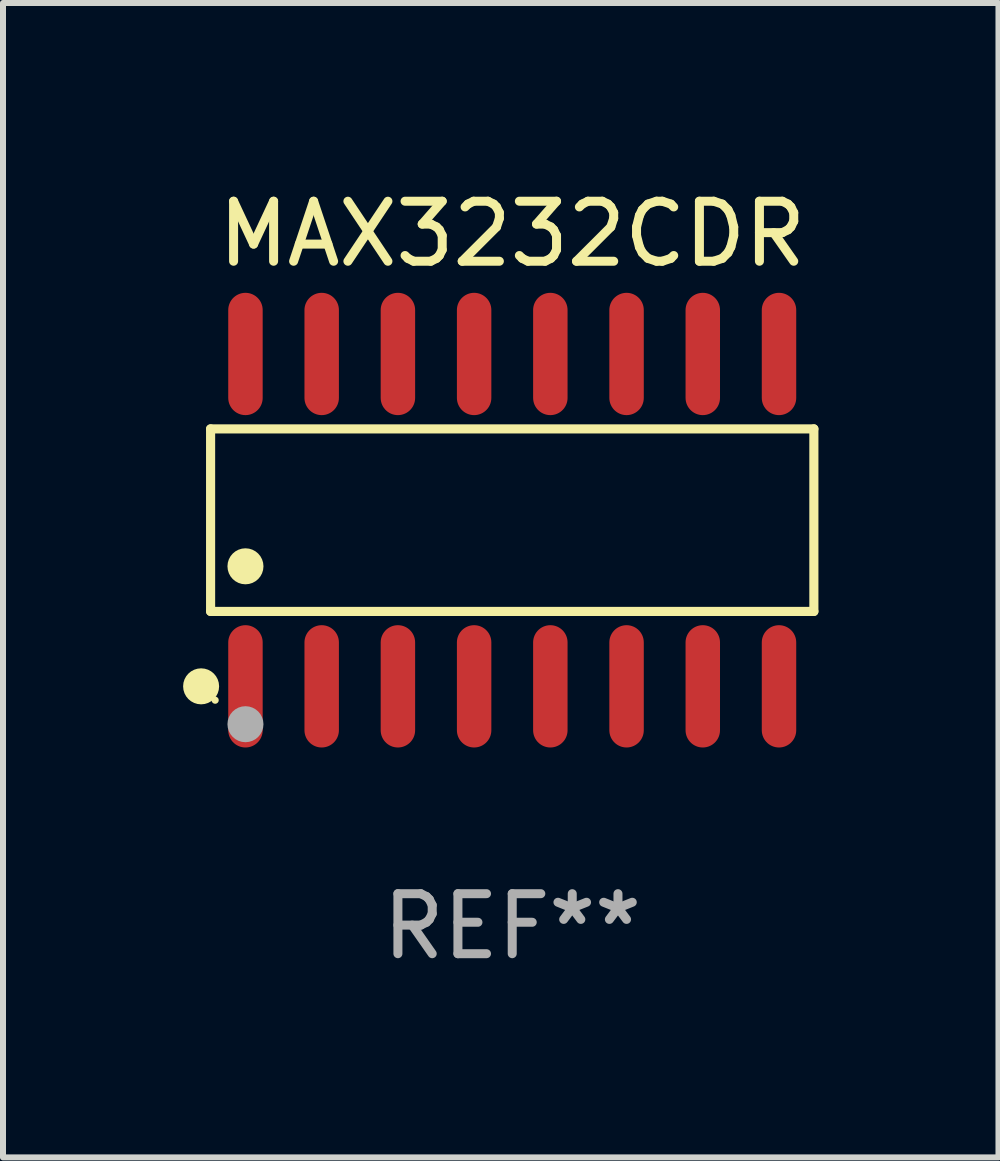
<source format=kicad_pcb>
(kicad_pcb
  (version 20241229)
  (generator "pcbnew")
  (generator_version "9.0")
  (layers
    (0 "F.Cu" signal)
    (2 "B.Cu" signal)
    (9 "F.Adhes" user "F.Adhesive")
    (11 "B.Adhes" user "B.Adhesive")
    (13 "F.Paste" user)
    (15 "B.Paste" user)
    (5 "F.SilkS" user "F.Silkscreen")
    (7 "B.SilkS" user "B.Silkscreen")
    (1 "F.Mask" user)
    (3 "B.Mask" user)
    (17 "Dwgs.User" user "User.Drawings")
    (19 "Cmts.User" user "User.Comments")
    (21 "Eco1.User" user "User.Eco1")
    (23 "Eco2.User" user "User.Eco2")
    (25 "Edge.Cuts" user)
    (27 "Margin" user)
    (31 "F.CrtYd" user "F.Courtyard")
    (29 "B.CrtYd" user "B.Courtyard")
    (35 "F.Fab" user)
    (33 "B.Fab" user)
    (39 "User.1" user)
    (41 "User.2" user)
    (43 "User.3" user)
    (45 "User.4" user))
  (footprint "MAX3232CDR"
    (layer "F.Cu")
    (at 5.485 5.617)
    (property "Reference" "MAX3232CDR" (at 0 -4.769 0) (layer "F.SilkS") (effects (font (size 1 1) (thickness 0.15))))
    (attr through_hole)
    (fp_line (start -5.026 -1.521) (end 5.026 -1.521) (stroke (width 0.152) (type solid)) (layer "F.SilkS"))
    (fp_line (start -5.026 1.521) (end -5.026 -1.521) (stroke (width 0.152) (type solid)) (layer "F.SilkS"))
    (fp_line (start 5.026 -1.521) (end 5.026 1.521) (stroke (width 0.152) (type solid)) (layer "F.SilkS"))
    (fp_line (start 5.026 1.521) (end -5.026 1.521) (stroke (width 0.152) (type solid)) (layer "F.SilkS"))
    (fp_circle (center -5.184 2.769) (end -5.034 2.769) (stroke (width 0.3) (type solid)) (fill no) (layer "F.SilkS"))
    (fp_circle (center -4.95 3) (end -4.92 3) (stroke (width 0.06) (type solid)) (fill no) (layer "F.SilkS"))
    (fp_circle (center -4.445 0.769) (end -4.295 0.769) (stroke (width 0.3) (type solid)) (fill no) (layer "F.SilkS"))
    (fp_circle (center -4.445 3.4) (end -4.295 3.4) (stroke (width 0.3) (type solid)) (fill no) (layer "F.Fab"))
    (fp_text user "REF**" (at 0 6.769 0) (layer "F.Fab") (effects (font (size 1 1) (thickness 0.15))))
    (pad "1" smd oval (at -4.445 2.769) (size 0.574 2.038) (layers "F.Cu" "F.Mask" "F.Paste"))
    (pad "2" smd oval (at -3.175 2.769) (size 0.574 2.038) (layers "F.Cu" "F.Mask" "F.Paste"))
    (pad "3" smd oval (at -1.905 2.769) (size 0.574 2.038) (layers "F.Cu" "F.Mask" "F.Paste"))
    (pad "4" smd oval (at -0.635 2.769) (size 0.574 2.038) (layers "F.Cu" "F.Mask" "F.Paste"))
    (pad "5" smd oval (at 0.635 2.769) (size 0.574 2.038) (layers "F.Cu" "F.Mask" "F.Paste"))
    (pad "6" smd oval (at 1.905 2.769) (size 0.574 2.038) (layers "F.Cu" "F.Mask" "F.Paste"))
    (pad "7" smd oval (at 3.175 2.769) (size 0.574 2.038) (layers "F.Cu" "F.Mask" "F.Paste"))
    (pad "8" smd oval (at 4.445 2.769) (size 0.574 2.038) (layers "F.Cu" "F.Mask" "F.Paste"))
    (pad "9" smd oval (at 4.445 -2.769) (size 0.574 2.038) (layers "F.Cu" "F.Mask" "F.Paste"))
    (pad "10" smd oval (at 3.175 -2.769) (size 0.574 2.038) (layers "F.Cu" "F.Mask" "F.Paste"))
    (pad "11" smd oval (at 1.905 -2.769) (size 0.574 2.038) (layers "F.Cu" "F.Mask" "F.Paste"))
    (pad "12" smd oval (at 0.635 -2.769) (size 0.574 2.038) (layers "F.Cu" "F.Mask" "F.Paste"))
    (pad "13" smd oval (at -0.635 -2.769) (size 0.574 2.038) (layers "F.Cu" "F.Mask" "F.Paste"))
    (pad "14" smd oval (at -1.905 -2.769) (size 0.574 2.038) (layers "F.Cu" "F.Mask" "F.Paste"))
    (pad "15" smd oval (at -3.175 -2.769) (size 0.574 2.038) (layers "F.Cu" "F.Mask" "F.Paste"))
    (pad "16" smd oval (at -4.445 -2.769) (size 0.574 2.038) (layers "F.Cu" "F.Mask" "F.Paste")))
  (gr_rect
    (start -3 -3)
    (end 13.587 16.235)
    (stroke (width 0.1) (type default))
    (fill no)
    (layer "Edge.Cuts")))
</source>
